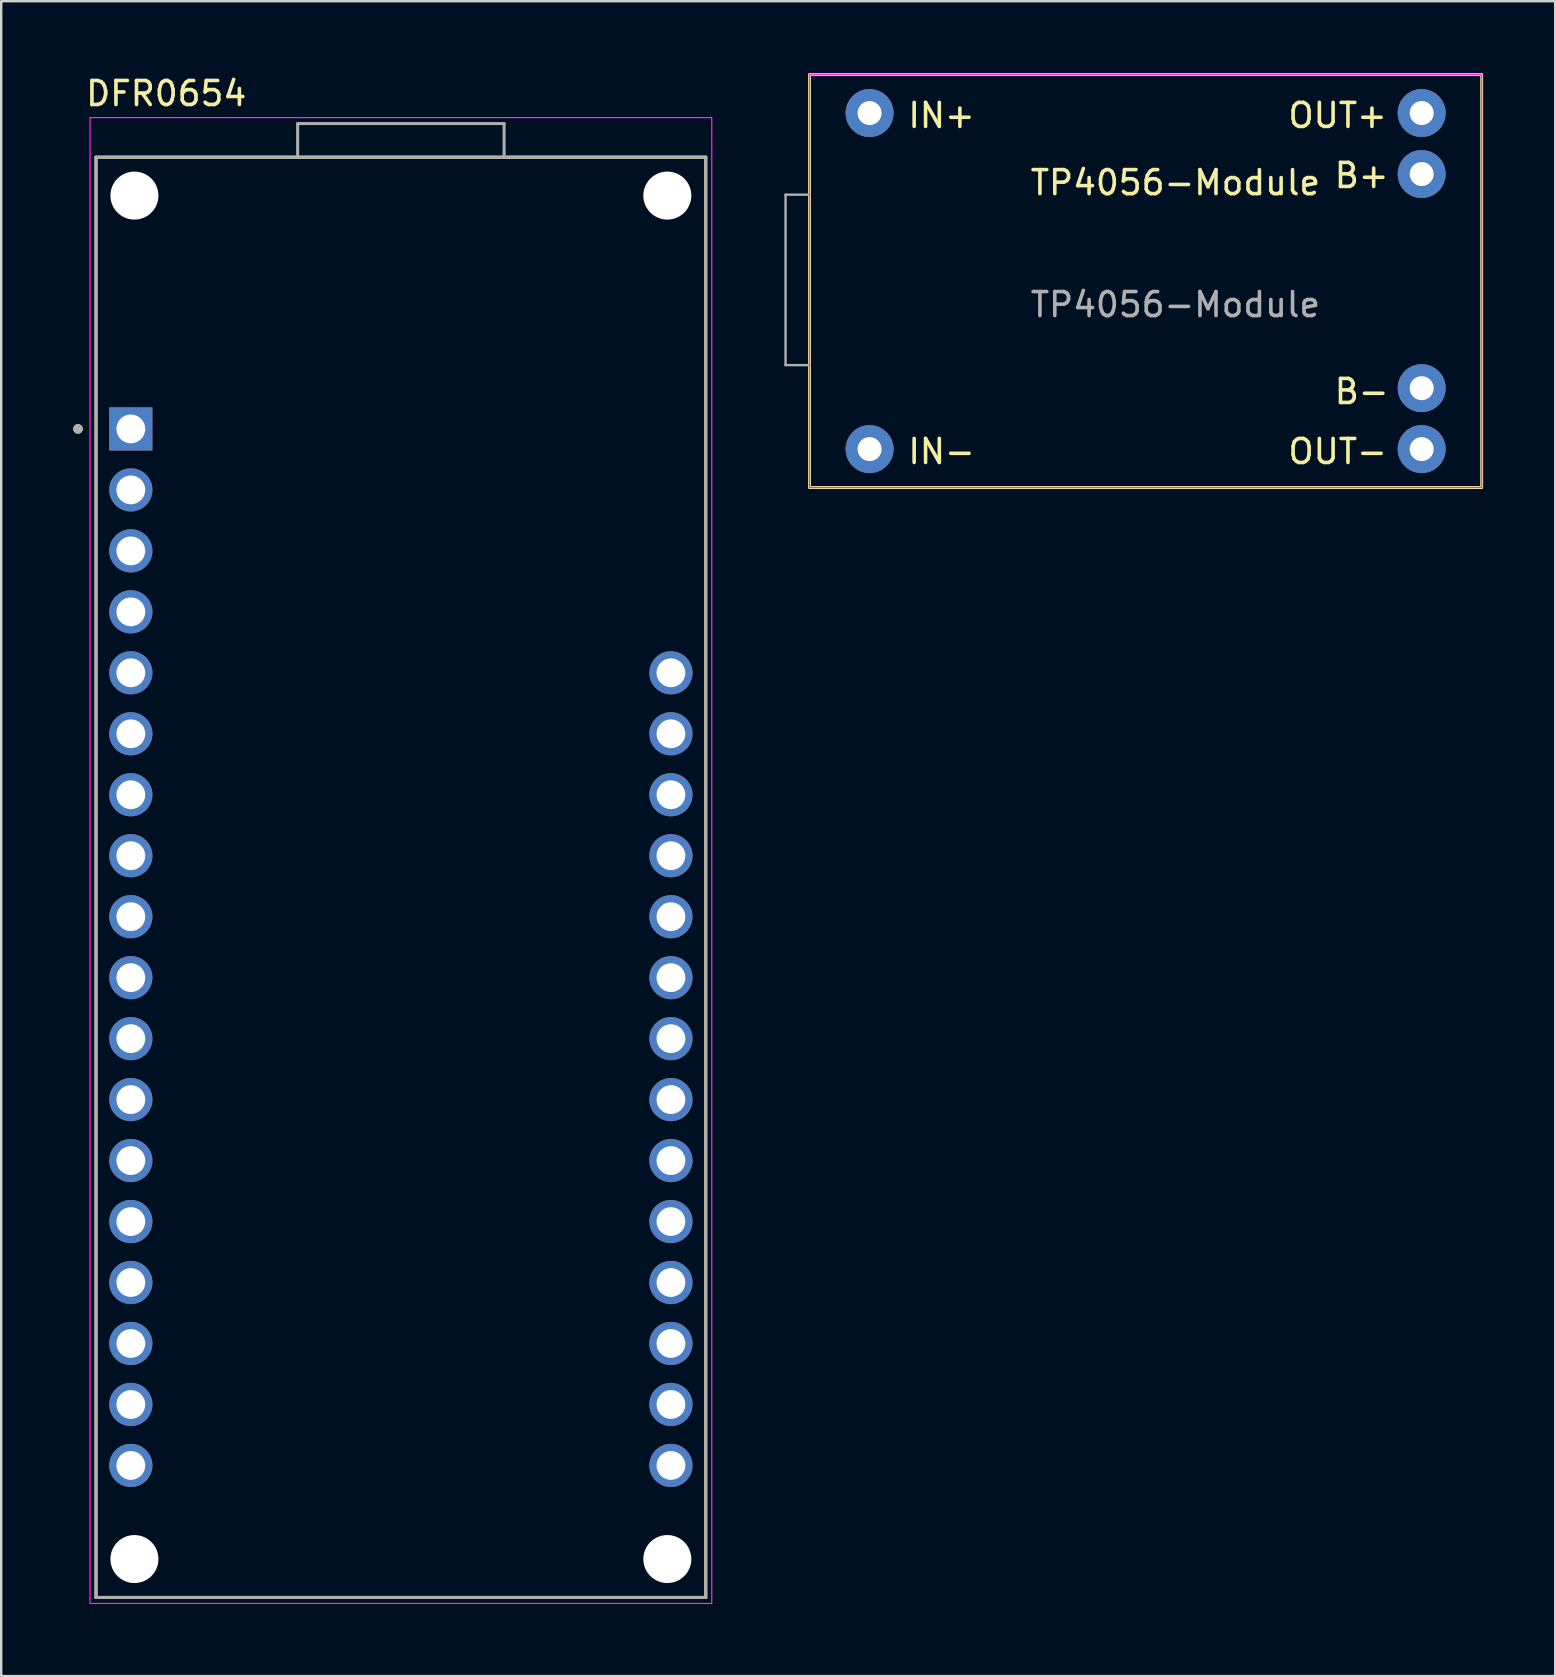
<source format=kicad_pcb>
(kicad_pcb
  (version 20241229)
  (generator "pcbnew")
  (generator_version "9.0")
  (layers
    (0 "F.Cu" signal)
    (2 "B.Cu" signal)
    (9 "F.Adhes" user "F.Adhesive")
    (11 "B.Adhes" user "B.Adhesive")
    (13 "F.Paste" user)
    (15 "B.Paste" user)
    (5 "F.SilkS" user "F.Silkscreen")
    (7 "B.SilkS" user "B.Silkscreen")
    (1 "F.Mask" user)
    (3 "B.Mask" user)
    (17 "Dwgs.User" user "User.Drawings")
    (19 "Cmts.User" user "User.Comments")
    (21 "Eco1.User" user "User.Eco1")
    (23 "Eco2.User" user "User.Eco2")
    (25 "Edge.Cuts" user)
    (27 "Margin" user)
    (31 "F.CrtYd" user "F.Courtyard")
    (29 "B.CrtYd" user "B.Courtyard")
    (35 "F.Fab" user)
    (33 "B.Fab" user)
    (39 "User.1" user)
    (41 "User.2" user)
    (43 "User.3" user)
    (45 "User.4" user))
  (footprint "TP4056-Module"
    (layer "F.Cu")
    (at 30.675 17.26)
    (property "Reference" "TP4056-Module" (at 15.24 -12.7 0) (unlocked yes) (layer "F.SilkS") (effects (font (size 1 1) (thickness 0.15))))
    (attr smd)
    (fp_line (start 0 -17.2) (end 0 0) (stroke (width 0.12) (type solid)) (layer "F.SilkS"))
    (fp_line (start 0 -17.2) (end 28 -17.2) (stroke (width 0.12) (type solid)) (layer "F.SilkS"))
    (fp_line (start 0 0) (end 28 0) (stroke (width 0.12) (type solid)) (layer "F.SilkS"))
    (fp_line (start 28 -17.2) (end 28 0) (stroke (width 0.12) (type solid)) (layer "F.SilkS"))
    (fp_line (start 0 -17.2) (end 28 -17.2) (stroke (width 0.05) (type solid)) (layer "F.CrtYd"))
    (fp_line (start 0 0) (end 0 -17.2) (stroke (width 0.05) (type solid)) (layer "F.CrtYd"))
    (fp_line (start 28 -17.2) (end 28 0) (stroke (width 0.05) (type solid)) (layer "F.CrtYd"))
    (fp_line (start 28 0) (end 0 0) (stroke (width 0.05) (type solid)) (layer "F.CrtYd"))
    (fp_line (start -1 -12.2) (end -1 -5.1) (stroke (width 0.1) (type solid)) (layer "F.Fab"))
    (fp_line (start -1 -5.1) (end 0 -5.1) (stroke (width 0.1) (type solid)) (layer "F.Fab"))
    (fp_line (start 0 -12.2) (end -1 -12.2) (stroke (width 0.1) (type solid)) (layer "F.Fab"))
    (fp_text user "OUT-" (at 22 -1.5 0) (unlocked yes) (layer "F.SilkS") (effects (font (size 1 1) (thickness 0.15))))
    (fp_text user "OUT+" (at 22 -15.5 0) (unlocked yes) (layer "F.SilkS") (effects (font (size 1 1) (thickness 0.15))))
    (fp_text user "B+" (at 23 -13 0) (unlocked yes) (layer "F.SilkS") (effects (font (size 1 1) (thickness 0.15))))
    (fp_text user "IN-" (at 5.5 -1.5 0) (unlocked yes) (layer "F.SilkS") (effects (font (size 1 1) (thickness 0.15))))
    (fp_text user "IN+" (at 5.5 -15.5 0) (unlocked yes) (layer "F.SilkS") (effects (font (size 1 1) (thickness 0.15))))
    (fp_text user "B-" (at 23 -4 0) (unlocked yes) (layer "F.SilkS") (effects (font (size 1 1) (thickness 0.15))))
    (fp_text user "${REFERENCE}" (at 15.24 -7.62 0) (unlocked yes) (layer "F.Fab") (effects (font (size 1 1) (thickness 0.15))))
    (pad "1" thru_hole circle (at 2.5 -15.6) (size 2 2) (drill 1) (layers "*.Cu" "*.Mask"))
    (pad "2" thru_hole circle (at 2.5 -1.6) (size 2 2) (drill 1) (layers "*.Cu" "*.Mask"))
    (pad "3" thru_hole circle (at 25.5 -15.6) (size 2 2) (drill 1) (layers "*.Cu" "*.Mask"))
    (pad "4" thru_hole circle (at 25.5 -1.6) (size 2 2) (drill 1) (layers "*.Cu" "*.Mask"))
    (pad "5" thru_hole circle (at 25.5 -13.06) (size 2 2) (drill 1) (layers "*.Cu" "*.Mask"))
    (pad "6" thru_hole circle (at 25.5 -4.14) (size 2 2) (drill 1) (layers "*.Cu" "*.Mask")))
  (footprint "DFR0654"
    (layer "F.Cu")
    (at 13.65 33.498)
    (property "Reference" "DFR0654" (at -9.775 -32.65 0) (layer "F.SilkS") (effects (font (size 1 1) (thickness 0.15))))
    (attr through_hole)
    (fp_line (start -12.7 -30) (end -12.7 30) (stroke (width 0.127) (type solid)) (layer "F.SilkS"))
    (fp_line (start 12.7 -30) (end -12.7 -30) (stroke (width 0.127) (type solid)) (layer "F.SilkS"))
    (fp_line (start 12.7 -30) (end 12.7 30) (stroke (width 0.127) (type solid)) (layer "F.SilkS"))
    (fp_line (start 12.7 30) (end -12.7 30) (stroke (width 0.127) (type solid)) (layer "F.SilkS"))
    (fp_circle (center -13.45 -18.68) (end -13.35 -18.68) (stroke (width 0.2) (type solid)) (fill no) (layer "F.SilkS"))
    (fp_line (start -12.95 -31.65) (end -12.95 30.25) (stroke (width 0.05) (type solid)) (layer "F.CrtYd"))
    (fp_line (start -12.95 30.25) (end 12.95 30.25) (stroke (width 0.05) (type solid)) (layer "F.CrtYd"))
    (fp_line (start 12.95 -31.65) (end -12.95 -31.65) (stroke (width 0.05) (type solid)) (layer "F.CrtYd"))
    (fp_line (start 12.95 30.25) (end 12.95 -31.65) (stroke (width 0.05) (type solid)) (layer "F.CrtYd"))
    (fp_line (start -12.7 -30) (end -12.7 30) (stroke (width 0.127) (type solid)) (layer "F.Fab"))
    (fp_line (start -4.3 -31.4) (end -4.3 -30) (stroke (width 0.127) (type solid)) (layer "F.Fab"))
    (fp_line (start -4.3 -30) (end -12.7 -30) (stroke (width 0.127) (type solid)) (layer "F.Fab"))
    (fp_line (start 4.3 -31.4) (end -4.3 -31.4) (stroke (width 0.127) (type solid)) (layer "F.Fab"))
    (fp_line (start 4.3 -30) (end -4.3 -30) (stroke (width 0.127) (type solid)) (layer "F.Fab"))
    (fp_line (start 4.3 -30) (end 4.3 -31.4) (stroke (width 0.127) (type solid)) (layer "F.Fab"))
    (fp_line (start 12.7 -30) (end 4.3 -30) (stroke (width 0.127) (type solid)) (layer "F.Fab"))
    (fp_line (start 12.7 -30) (end 12.7 30) (stroke (width 0.127) (type solid)) (layer "F.Fab"))
    (fp_line (start 12.7 30) (end -12.7 30) (stroke (width 0.127) (type solid)) (layer "F.Fab"))
    (fp_circle (center -13.45 -18.68) (end -13.35 -18.68) (stroke (width 0.2) (type solid)) (fill no) (layer "F.Fab"))
    (pad "" np_thru_hole circle (at -11.1 -28.4) (size 2 2) (drill 2) (layers "*.Cu" "*.Mask"))
    (pad "" np_thru_hole circle (at -11.1 28.4) (size 2 2) (drill 2) (layers "*.Cu" "*.Mask"))
    (pad "" np_thru_hole circle (at 11.1 -28.4) (size 2 2) (drill 2) (layers "*.Cu" "*.Mask"))
    (pad "" np_thru_hole circle (at 11.1 28.4) (size 2 2) (drill 2) (layers "*.Cu" "*.Mask"))
    (pad "1" thru_hole rect (at -11.25 -18.68) (size 1.8 1.8) (drill 1.2) (layers "*.Cu" "*.Mask"))
    (pad "2" thru_hole circle (at -11.25 -16.14) (size 1.8 1.8) (drill 1.2) (layers "*.Cu" "*.Mask"))
    (pad "3" thru_hole circle (at -11.25 -13.6) (size 1.8 1.8) (drill 1.2) (layers "*.Cu" "*.Mask"))
    (pad "4" thru_hole circle (at -11.25 -11.06) (size 1.8 1.8) (drill 1.2) (layers "*.Cu" "*.Mask"))
    (pad "5" thru_hole circle (at -11.25 -8.52) (size 1.8 1.8) (drill 1.2) (layers "*.Cu" "*.Mask"))
    (pad "6" thru_hole circle (at -11.25 -5.98) (size 1.8 1.8) (drill 1.2) (layers "*.Cu" "*.Mask"))
    (pad "7" thru_hole circle (at -11.25 -3.44) (size 1.8 1.8) (drill 1.2) (layers "*.Cu" "*.Mask"))
    (pad "8" thru_hole circle (at -11.25 -0.9) (size 1.8 1.8) (drill 1.2) (layers "*.Cu" "*.Mask"))
    (pad "9" thru_hole circle (at -11.25 1.64) (size 1.8 1.8) (drill 1.2) (layers "*.Cu" "*.Mask"))
    (pad "10" thru_hole circle (at -11.25 4.18) (size 1.8 1.8) (drill 1.2) (layers "*.Cu" "*.Mask"))
    (pad "11" thru_hole circle (at -11.25 6.72) (size 1.8 1.8) (drill 1.2) (layers "*.Cu" "*.Mask"))
    (pad "12" thru_hole circle (at -11.25 9.26) (size 1.8 1.8) (drill 1.2) (layers "*.Cu" "*.Mask"))
    (pad "13" thru_hole circle (at -11.25 11.8) (size 1.8 1.8) (drill 1.2) (layers "*.Cu" "*.Mask"))
    (pad "14" thru_hole circle (at -11.25 14.34) (size 1.8 1.8) (drill 1.2) (layers "*.Cu" "*.Mask"))
    (pad "15" thru_hole circle (at -11.25 16.88) (size 1.8 1.8) (drill 1.2) (layers "*.Cu" "*.Mask"))
    (pad "16" thru_hole circle (at -11.25 19.42) (size 1.8 1.8) (drill 1.2) (layers "*.Cu" "*.Mask"))
    (pad "17" thru_hole circle (at -11.25 21.96) (size 1.8 1.8) (drill 1.2) (layers "*.Cu" "*.Mask"))
    (pad "18" thru_hole circle (at -11.25 24.5) (size 1.8 1.8) (drill 1.2) (layers "*.Cu" "*.Mask"))
    (pad "19" thru_hole circle (at 11.25 24.5) (size 1.8 1.8) (drill 1.2) (layers "*.Cu" "*.Mask"))
    (pad "20" thru_hole circle (at 11.25 21.96) (size 1.8 1.8) (drill 1.2) (layers "*.Cu" "*.Mask"))
    (pad "21" thru_hole circle (at 11.25 19.42) (size 1.8 1.8) (drill 1.2) (layers "*.Cu" "*.Mask"))
    (pad "22" thru_hole circle (at 11.25 16.88) (size 1.8 1.8) (drill 1.2) (layers "*.Cu" "*.Mask"))
    (pad "23" thru_hole circle (at 11.25 14.34) (size 1.8 1.8) (drill 1.2) (layers "*.Cu" "*.Mask"))
    (pad "24" thru_hole circle (at 11.25 11.8) (size 1.8 1.8) (drill 1.2) (layers "*.Cu" "*.Mask"))
    (pad "25" thru_hole circle (at 11.25 9.26) (size 1.8 1.8) (drill 1.2) (layers "*.Cu" "*.Mask"))
    (pad "26" thru_hole circle (at 11.25 6.72) (size 1.8 1.8) (drill 1.2) (layers "*.Cu" "*.Mask"))
    (pad "27" thru_hole circle (at 11.25 4.18) (size 1.8 1.8) (drill 1.2) (layers "*.Cu" "*.Mask"))
    (pad "28" thru_hole circle (at 11.25 1.64) (size 1.8 1.8) (drill 1.2) (layers "*.Cu" "*.Mask"))
    (pad "29" thru_hole circle (at 11.25 -0.9) (size 1.8 1.8) (drill 1.2) (layers "*.Cu" "*.Mask"))
    (pad "30" thru_hole circle (at 11.25 -3.44) (size 1.8 1.8) (drill 1.2) (layers "*.Cu" "*.Mask"))
    (pad "31" thru_hole circle (at 11.25 -5.98) (size 1.8 1.8) (drill 1.2) (layers "*.Cu" "*.Mask"))
    (pad "32" thru_hole circle (at 11.25 -8.52) (size 1.8 1.8) (drill 1.2) (layers "*.Cu" "*.Mask")))
  (gr_rect
    (start -3 -3)
    (end 61.735 66.773)
    (stroke (width 0.1) (type default))
    (fill no)
    (layer "Edge.Cuts")))
</source>
